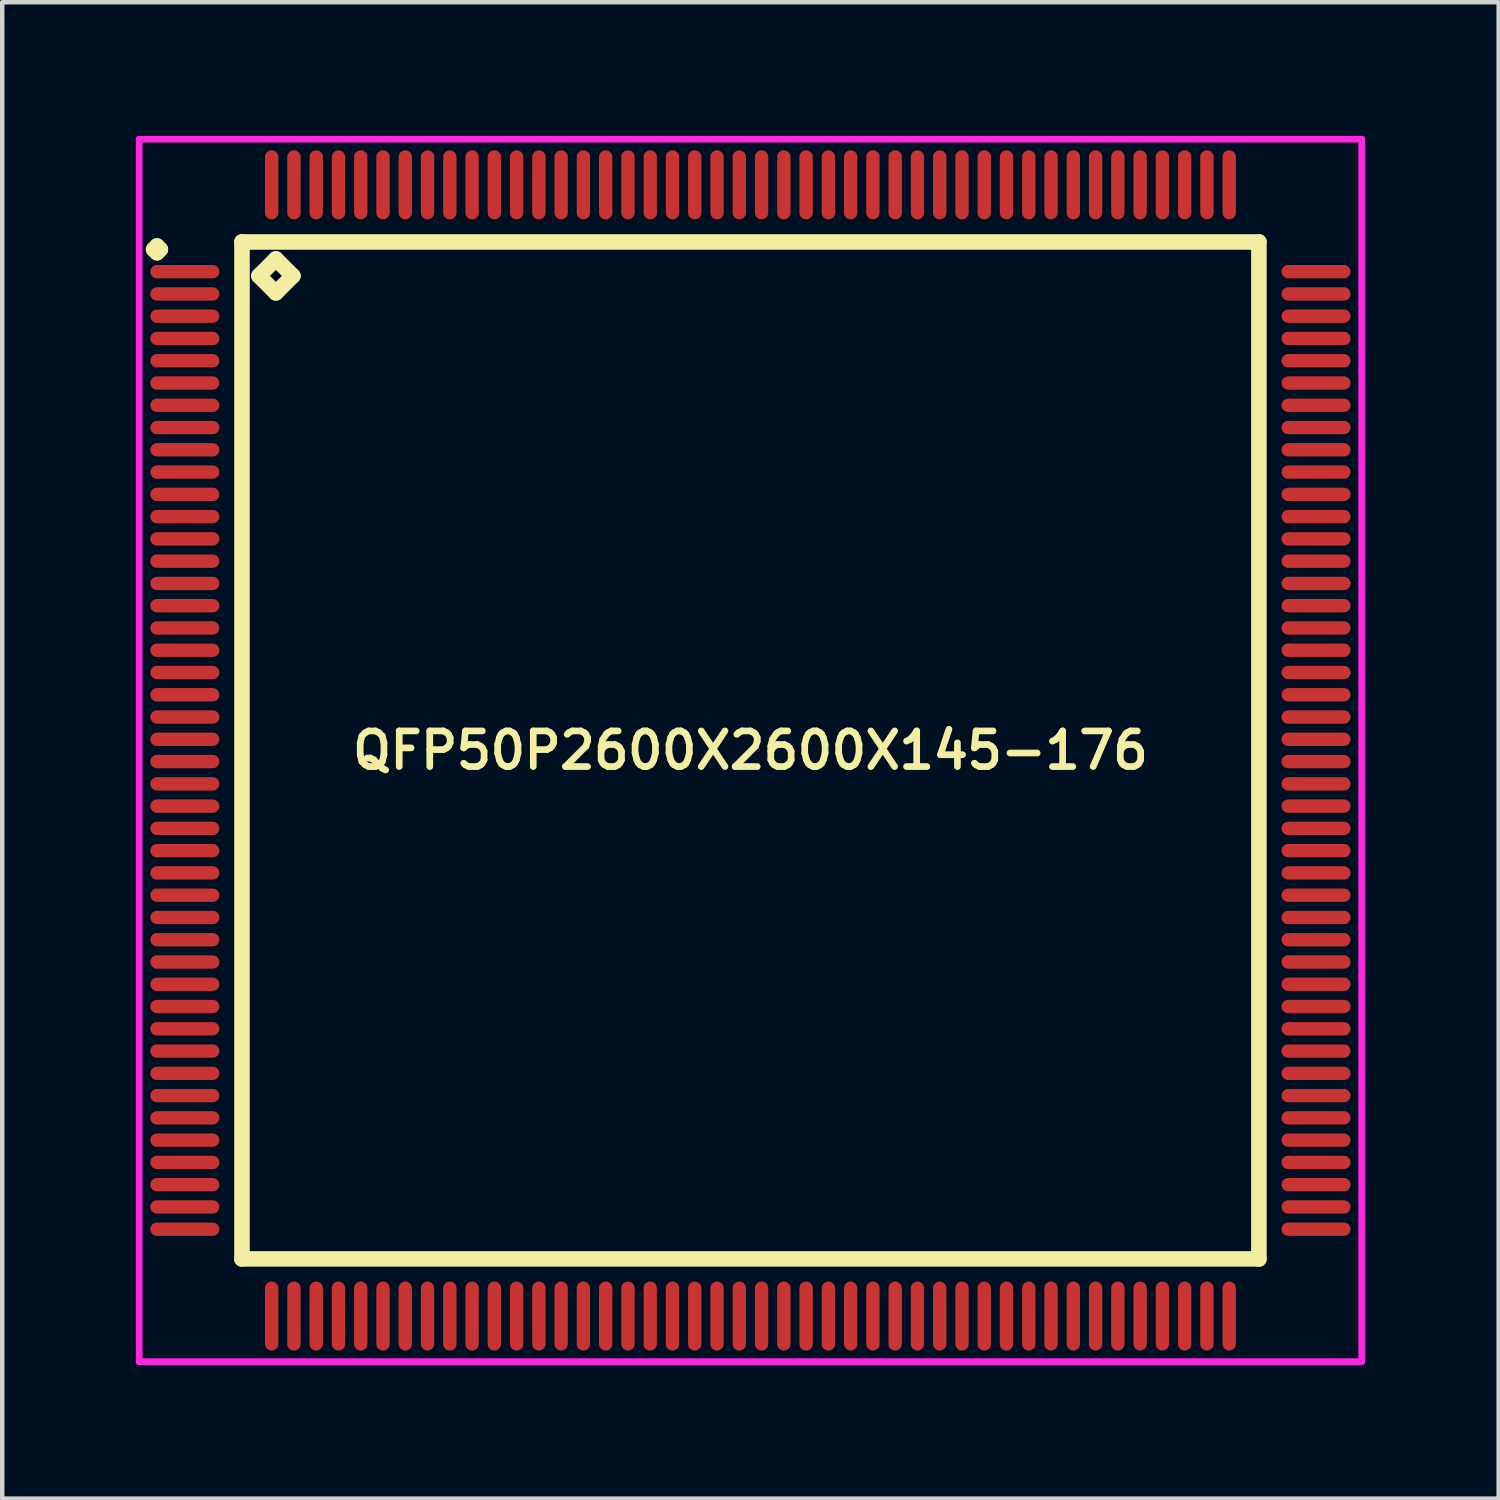
<source format=kicad_pcb>
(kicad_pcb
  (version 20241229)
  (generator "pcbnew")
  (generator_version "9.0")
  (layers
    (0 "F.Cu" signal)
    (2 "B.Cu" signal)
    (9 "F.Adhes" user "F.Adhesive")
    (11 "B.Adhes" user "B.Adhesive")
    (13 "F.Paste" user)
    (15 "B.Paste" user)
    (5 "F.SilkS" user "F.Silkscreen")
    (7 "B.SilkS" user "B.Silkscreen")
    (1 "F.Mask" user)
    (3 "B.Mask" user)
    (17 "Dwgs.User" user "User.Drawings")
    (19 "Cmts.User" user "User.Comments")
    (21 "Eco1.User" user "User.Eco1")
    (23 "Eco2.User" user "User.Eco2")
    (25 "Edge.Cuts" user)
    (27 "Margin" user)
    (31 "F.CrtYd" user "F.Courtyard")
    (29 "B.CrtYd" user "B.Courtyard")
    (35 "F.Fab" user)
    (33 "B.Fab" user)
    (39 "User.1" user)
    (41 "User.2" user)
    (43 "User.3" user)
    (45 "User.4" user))
  (footprint "QFP50P2600X2600X145-176"
    (layer "F.Cu")
    (at 13.8 13.8)
    (property "Reference" "QFP50P2600X2600X145-176" (at 0 0 0) (layer "F.SilkS") (effects (font (size 0.8 0.8) (thickness 0.15))))
    (attr smd)
    (fp_line (start -13.4 -11.25) (end -13.325 -11.325) (stroke (width 0.35) (type solid)) (layer "F.SilkS"))
    (fp_line (start -13.325 -11.325) (end -13.25 -11.25) (stroke (width 0.35) (type solid)) (layer "F.SilkS"))
    (fp_line (start -13.325 -11.175) (end -13.4 -11.25) (stroke (width 0.35) (type solid)) (layer "F.SilkS"))
    (fp_line (start -13.25 -11.25) (end -13.325 -11.175) (stroke (width 0.35) (type solid)) (layer "F.SilkS"))
    (fp_line (start -11.417 -11.417) (end -11.417 11.417) (stroke (width 0.35) (type solid)) (layer "F.SilkS"))
    (fp_line (start -11.417 11.417) (end 11.417 11.417) (stroke (width 0.35) (type solid)) (layer "F.SilkS"))
    (fp_line (start -11.036 -10.655) (end -10.655 -11.036) (stroke (width 0.35) (type solid)) (layer "F.SilkS"))
    (fp_line (start -10.655 -11.036) (end -10.274 -10.655) (stroke (width 0.35) (type solid)) (layer "F.SilkS"))
    (fp_line (start -10.655 -10.274) (end -11.036 -10.655) (stroke (width 0.35) (type solid)) (layer "F.SilkS"))
    (fp_line (start -10.274 -10.655) (end -10.655 -10.274) (stroke (width 0.35) (type solid)) (layer "F.SilkS"))
    (fp_line (start 11.417 -11.417) (end -11.417 -11.417) (stroke (width 0.35) (type solid)) (layer "F.SilkS"))
    (fp_line (start 11.417 11.417) (end 11.417 -11.417) (stroke (width 0.35) (type solid)) (layer "F.SilkS"))
    (fp_line (start -13.725 -13.725) (end 13.725 -13.725) (stroke (width 0.15) (type solid)) (layer "F.CrtYd"))
    (fp_line (start -13.725 13.725) (end -13.725 -13.725) (stroke (width 0.15) (type solid)) (layer "F.CrtYd"))
    (fp_line (start 13.725 -13.725) (end 13.725 13.725) (stroke (width 0.15) (type solid)) (layer "F.CrtYd"))
    (fp_line (start 13.725 13.725) (end -13.725 13.725) (stroke (width 0.15) (type solid)) (layer "F.CrtYd"))
    (pad "1" smd oval (at -12.7 -10.75) (size 1.55 0.3) (layers "F.Cu" "F.Mask" "F.Paste"))
    (pad "2" smd oval (at -12.7 -10.25) (size 1.55 0.3) (layers "F.Cu" "F.Mask" "F.Paste"))
    (pad "3" smd oval (at -12.7 -9.75) (size 1.55 0.3) (layers "F.Cu" "F.Mask" "F.Paste"))
    (pad "4" smd oval (at -12.7 -9.25) (size 1.55 0.3) (layers "F.Cu" "F.Mask" "F.Paste"))
    (pad "5" smd oval (at -12.7 -8.75) (size 1.55 0.3) (layers "F.Cu" "F.Mask" "F.Paste"))
    (pad "6" smd oval (at -12.7 -8.25) (size 1.55 0.3) (layers "F.Cu" "F.Mask" "F.Paste"))
    (pad "7" smd oval (at -12.7 -7.75) (size 1.55 0.3) (layers "F.Cu" "F.Mask" "F.Paste"))
    (pad "8" smd oval (at -12.7 -7.25) (size 1.55 0.3) (layers "F.Cu" "F.Mask" "F.Paste"))
    (pad "9" smd oval (at -12.7 -6.75) (size 1.55 0.3) (layers "F.Cu" "F.Mask" "F.Paste"))
    (pad "10" smd oval (at -12.7 -6.25) (size 1.55 0.3) (layers "F.Cu" "F.Mask" "F.Paste"))
    (pad "11" smd oval (at -12.7 -5.75) (size 1.55 0.3) (layers "F.Cu" "F.Mask" "F.Paste"))
    (pad "12" smd oval (at -12.7 -5.25) (size 1.55 0.3) (layers "F.Cu" "F.Mask" "F.Paste"))
    (pad "13" smd oval (at -12.7 -4.75) (size 1.55 0.3) (layers "F.Cu" "F.Mask" "F.Paste"))
    (pad "14" smd oval (at -12.7 -4.25) (size 1.55 0.3) (layers "F.Cu" "F.Mask" "F.Paste"))
    (pad "15" smd oval (at -12.7 -3.75) (size 1.55 0.3) (layers "F.Cu" "F.Mask" "F.Paste"))
    (pad "16" smd oval (at -12.7 -3.25) (size 1.55 0.3) (layers "F.Cu" "F.Mask" "F.Paste"))
    (pad "17" smd oval (at -12.7 -2.75) (size 1.55 0.3) (layers "F.Cu" "F.Mask" "F.Paste"))
    (pad "18" smd oval (at -12.7 -2.25) (size 1.55 0.3) (layers "F.Cu" "F.Mask" "F.Paste"))
    (pad "19" smd oval (at -12.7 -1.75) (size 1.55 0.3) (layers "F.Cu" "F.Mask" "F.Paste"))
    (pad "20" smd oval (at -12.7 -1.25) (size 1.55 0.3) (layers "F.Cu" "F.Mask" "F.Paste"))
    (pad "21" smd oval (at -12.7 -0.75) (size 1.55 0.3) (layers "F.Cu" "F.Mask" "F.Paste"))
    (pad "22" smd oval (at -12.7 -0.25) (size 1.55 0.3) (layers "F.Cu" "F.Mask" "F.Paste"))
    (pad "23" smd oval (at -12.7 0.25) (size 1.55 0.3) (layers "F.Cu" "F.Mask" "F.Paste"))
    (pad "24" smd oval (at -12.7 0.75) (size 1.55 0.3) (layers "F.Cu" "F.Mask" "F.Paste"))
    (pad "25" smd oval (at -12.7 1.25) (size 1.55 0.3) (layers "F.Cu" "F.Mask" "F.Paste"))
    (pad "26" smd oval (at -12.7 1.75) (size 1.55 0.3) (layers "F.Cu" "F.Mask" "F.Paste"))
    (pad "27" smd oval (at -12.7 2.25) (size 1.55 0.3) (layers "F.Cu" "F.Mask" "F.Paste"))
    (pad "28" smd oval (at -12.7 2.75) (size 1.55 0.3) (layers "F.Cu" "F.Mask" "F.Paste"))
    (pad "29" smd oval (at -12.7 3.25) (size 1.55 0.3) (layers "F.Cu" "F.Mask" "F.Paste"))
    (pad "30" smd oval (at -12.7 3.75) (size 1.55 0.3) (layers "F.Cu" "F.Mask" "F.Paste"))
    (pad "31" smd oval (at -12.7 4.25) (size 1.55 0.3) (layers "F.Cu" "F.Mask" "F.Paste"))
    (pad "32" smd oval (at -12.7 4.75) (size 1.55 0.3) (layers "F.Cu" "F.Mask" "F.Paste"))
    (pad "33" smd oval (at -12.7 5.25) (size 1.55 0.3) (layers "F.Cu" "F.Mask" "F.Paste"))
    (pad "34" smd oval (at -12.7 5.75) (size 1.55 0.3) (layers "F.Cu" "F.Mask" "F.Paste"))
    (pad "35" smd oval (at -12.7 6.25) (size 1.55 0.3) (layers "F.Cu" "F.Mask" "F.Paste"))
    (pad "36" smd oval (at -12.7 6.75) (size 1.55 0.3) (layers "F.Cu" "F.Mask" "F.Paste"))
    (pad "37" smd oval (at -12.7 7.25) (size 1.55 0.3) (layers "F.Cu" "F.Mask" "F.Paste"))
    (pad "38" smd oval (at -12.7 7.75) (size 1.55 0.3) (layers "F.Cu" "F.Mask" "F.Paste"))
    (pad "39" smd oval (at -12.7 8.25) (size 1.55 0.3) (layers "F.Cu" "F.Mask" "F.Paste"))
    (pad "40" smd oval (at -12.7 8.75) (size 1.55 0.3) (layers "F.Cu" "F.Mask" "F.Paste"))
    (pad "41" smd oval (at -12.7 9.25) (size 1.55 0.3) (layers "F.Cu" "F.Mask" "F.Paste"))
    (pad "42" smd oval (at -12.7 9.75) (size 1.55 0.3) (layers "F.Cu" "F.Mask" "F.Paste"))
    (pad "43" smd oval (at -12.7 10.25) (size 1.55 0.3) (layers "F.Cu" "F.Mask" "F.Paste"))
    (pad "44" smd oval (at -12.7 10.75) (size 1.55 0.3) (layers "F.Cu" "F.Mask" "F.Paste"))
    (pad "45" smd oval (at -10.75 12.7) (size 0.3 1.55) (layers "F.Cu" "F.Mask" "F.Paste"))
    (pad "46" smd oval (at -10.25 12.7) (size 0.3 1.55) (layers "F.Cu" "F.Mask" "F.Paste"))
    (pad "47" smd oval (at -9.75 12.7) (size 0.3 1.55) (layers "F.Cu" "F.Mask" "F.Paste"))
    (pad "48" smd oval (at -9.25 12.7) (size 0.3 1.55) (layers "F.Cu" "F.Mask" "F.Paste"))
    (pad "49" smd oval (at -8.75 12.7) (size 0.3 1.55) (layers "F.Cu" "F.Mask" "F.Paste"))
    (pad "50" smd oval (at -8.25 12.7) (size 0.3 1.55) (layers "F.Cu" "F.Mask" "F.Paste"))
    (pad "51" smd oval (at -7.75 12.7) (size 0.3 1.55) (layers "F.Cu" "F.Mask" "F.Paste"))
    (pad "52" smd oval (at -7.25 12.7) (size 0.3 1.55) (layers "F.Cu" "F.Mask" "F.Paste"))
    (pad "53" smd oval (at -6.75 12.7) (size 0.3 1.55) (layers "F.Cu" "F.Mask" "F.Paste"))
    (pad "54" smd oval (at -6.25 12.7) (size 0.3 1.55) (layers "F.Cu" "F.Mask" "F.Paste"))
    (pad "55" smd oval (at -5.75 12.7) (size 0.3 1.55) (layers "F.Cu" "F.Mask" "F.Paste"))
    (pad "56" smd oval (at -5.25 12.7) (size 0.3 1.55) (layers "F.Cu" "F.Mask" "F.Paste"))
    (pad "57" smd oval (at -4.75 12.7) (size 0.3 1.55) (layers "F.Cu" "F.Mask" "F.Paste"))
    (pad "58" smd oval (at -4.25 12.7) (size 0.3 1.55) (layers "F.Cu" "F.Mask" "F.Paste"))
    (pad "59" smd oval (at -3.75 12.7) (size 0.3 1.55) (layers "F.Cu" "F.Mask" "F.Paste"))
    (pad "60" smd oval (at -3.25 12.7) (size 0.3 1.55) (layers "F.Cu" "F.Mask" "F.Paste"))
    (pad "61" smd oval (at -2.75 12.7) (size 0.3 1.55) (layers "F.Cu" "F.Mask" "F.Paste"))
    (pad "62" smd oval (at -2.25 12.7) (size 0.3 1.55) (layers "F.Cu" "F.Mask" "F.Paste"))
    (pad "63" smd oval (at -1.75 12.7) (size 0.3 1.55) (layers "F.Cu" "F.Mask" "F.Paste"))
    (pad "64" smd oval (at -1.25 12.7) (size 0.3 1.55) (layers "F.Cu" "F.Mask" "F.Paste"))
    (pad "65" smd oval (at -0.75 12.7) (size 0.3 1.55) (layers "F.Cu" "F.Mask" "F.Paste"))
    (pad "66" smd oval (at -0.25 12.7) (size 0.3 1.55) (layers "F.Cu" "F.Mask" "F.Paste"))
    (pad "67" smd oval (at 0.25 12.7) (size 0.3 1.55) (layers "F.Cu" "F.Mask" "F.Paste"))
    (pad "68" smd oval (at 0.75 12.7) (size 0.3 1.55) (layers "F.Cu" "F.Mask" "F.Paste"))
    (pad "69" smd oval (at 1.25 12.7) (size 0.3 1.55) (layers "F.Cu" "F.Mask" "F.Paste"))
    (pad "70" smd oval (at 1.75 12.7) (size 0.3 1.55) (layers "F.Cu" "F.Mask" "F.Paste"))
    (pad "71" smd oval (at 2.25 12.7) (size 0.3 1.55) (layers "F.Cu" "F.Mask" "F.Paste"))
    (pad "72" smd oval (at 2.75 12.7) (size 0.3 1.55) (layers "F.Cu" "F.Mask" "F.Paste"))
    (pad "73" smd oval (at 3.25 12.7) (size 0.3 1.55) (layers "F.Cu" "F.Mask" "F.Paste"))
    (pad "74" smd oval (at 3.75 12.7) (size 0.3 1.55) (layers "F.Cu" "F.Mask" "F.Paste"))
    (pad "75" smd oval (at 4.25 12.7) (size 0.3 1.55) (layers "F.Cu" "F.Mask" "F.Paste"))
    (pad "76" smd oval (at 4.75 12.7) (size 0.3 1.55) (layers "F.Cu" "F.Mask" "F.Paste"))
    (pad "77" smd oval (at 5.25 12.7) (size 0.3 1.55) (layers "F.Cu" "F.Mask" "F.Paste"))
    (pad "78" smd oval (at 5.75 12.7) (size 0.3 1.55) (layers "F.Cu" "F.Mask" "F.Paste"))
    (pad "79" smd oval (at 6.25 12.7) (size 0.3 1.55) (layers "F.Cu" "F.Mask" "F.Paste"))
    (pad "80" smd oval (at 6.75 12.7) (size 0.3 1.55) (layers "F.Cu" "F.Mask" "F.Paste"))
    (pad "81" smd oval (at 7.25 12.7) (size 0.3 1.55) (layers "F.Cu" "F.Mask" "F.Paste"))
    (pad "82" smd oval (at 7.75 12.7) (size 0.3 1.55) (layers "F.Cu" "F.Mask" "F.Paste"))
    (pad "83" smd oval (at 8.25 12.7) (size 0.3 1.55) (layers "F.Cu" "F.Mask" "F.Paste"))
    (pad "84" smd oval (at 8.75 12.7) (size 0.3 1.55) (layers "F.Cu" "F.Mask" "F.Paste"))
    (pad "85" smd oval (at 9.25 12.7) (size 0.3 1.55) (layers "F.Cu" "F.Mask" "F.Paste"))
    (pad "86" smd oval (at 9.75 12.7) (size 0.3 1.55) (layers "F.Cu" "F.Mask" "F.Paste"))
    (pad "87" smd oval (at 10.25 12.7) (size 0.3 1.55) (layers "F.Cu" "F.Mask" "F.Paste"))
    (pad "88" smd oval (at 10.75 12.7) (size 0.3 1.55) (layers "F.Cu" "F.Mask" "F.Paste"))
    (pad "89" smd oval (at 12.7 10.75) (size 1.55 0.3) (layers "F.Cu" "F.Mask" "F.Paste"))
    (pad "90" smd oval (at 12.7 10.25) (size 1.55 0.3) (layers "F.Cu" "F.Mask" "F.Paste"))
    (pad "91" smd oval (at 12.7 9.75) (size 1.55 0.3) (layers "F.Cu" "F.Mask" "F.Paste"))
    (pad "92" smd oval (at 12.7 9.25) (size 1.55 0.3) (layers "F.Cu" "F.Mask" "F.Paste"))
    (pad "93" smd oval (at 12.7 8.75) (size 1.55 0.3) (layers "F.Cu" "F.Mask" "F.Paste"))
    (pad "94" smd oval (at 12.7 8.25) (size 1.55 0.3) (layers "F.Cu" "F.Mask" "F.Paste"))
    (pad "95" smd oval (at 12.7 7.75) (size 1.55 0.3) (layers "F.Cu" "F.Mask" "F.Paste"))
    (pad "96" smd oval (at 12.7 7.25) (size 1.55 0.3) (layers "F.Cu" "F.Mask" "F.Paste"))
    (pad "97" smd oval (at 12.7 6.75) (size 1.55 0.3) (layers "F.Cu" "F.Mask" "F.Paste"))
    (pad "98" smd oval (at 12.7 6.25) (size 1.55 0.3) (layers "F.Cu" "F.Mask" "F.Paste"))
    (pad "99" smd oval (at 12.7 5.75) (size 1.55 0.3) (layers "F.Cu" "F.Mask" "F.Paste"))
    (pad "100" smd oval (at 12.7 5.25) (size 1.55 0.3) (layers "F.Cu" "F.Mask" "F.Paste"))
    (pad "101" smd oval (at 12.7 4.75) (size 1.55 0.3) (layers "F.Cu" "F.Mask" "F.Paste"))
    (pad "102" smd oval (at 12.7 4.25) (size 1.55 0.3) (layers "F.Cu" "F.Mask" "F.Paste"))
    (pad "103" smd oval (at 12.7 3.75) (size 1.55 0.3) (layers "F.Cu" "F.Mask" "F.Paste"))
    (pad "104" smd oval (at 12.7 3.25) (size 1.55 0.3) (layers "F.Cu" "F.Mask" "F.Paste"))
    (pad "105" smd oval (at 12.7 2.75) (size 1.55 0.3) (layers "F.Cu" "F.Mask" "F.Paste"))
    (pad "106" smd oval (at 12.7 2.25) (size 1.55 0.3) (layers "F.Cu" "F.Mask" "F.Paste"))
    (pad "107" smd oval (at 12.7 1.75) (size 1.55 0.3) (layers "F.Cu" "F.Mask" "F.Paste"))
    (pad "108" smd oval (at 12.7 1.25) (size 1.55 0.3) (layers "F.Cu" "F.Mask" "F.Paste"))
    (pad "109" smd oval (at 12.7 0.75) (size 1.55 0.3) (layers "F.Cu" "F.Mask" "F.Paste"))
    (pad "110" smd oval (at 12.7 0.25) (size 1.55 0.3) (layers "F.Cu" "F.Mask" "F.Paste"))
    (pad "111" smd oval (at 12.7 -0.25) (size 1.55 0.3) (layers "F.Cu" "F.Mask" "F.Paste"))
    (pad "112" smd oval (at 12.7 -0.75) (size 1.55 0.3) (layers "F.Cu" "F.Mask" "F.Paste"))
    (pad "113" smd oval (at 12.7 -1.25) (size 1.55 0.3) (layers "F.Cu" "F.Mask" "F.Paste"))
    (pad "114" smd oval (at 12.7 -1.75) (size 1.55 0.3) (layers "F.Cu" "F.Mask" "F.Paste"))
    (pad "115" smd oval (at 12.7 -2.25) (size 1.55 0.3) (layers "F.Cu" "F.Mask" "F.Paste"))
    (pad "116" smd oval (at 12.7 -2.75) (size 1.55 0.3) (layers "F.Cu" "F.Mask" "F.Paste"))
    (pad "117" smd oval (at 12.7 -3.25) (size 1.55 0.3) (layers "F.Cu" "F.Mask" "F.Paste"))
    (pad "118" smd oval (at 12.7 -3.75) (size 1.55 0.3) (layers "F.Cu" "F.Mask" "F.Paste"))
    (pad "119" smd oval (at 12.7 -4.25) (size 1.55 0.3) (layers "F.Cu" "F.Mask" "F.Paste"))
    (pad "120" smd oval (at 12.7 -4.75) (size 1.55 0.3) (layers "F.Cu" "F.Mask" "F.Paste"))
    (pad "121" smd oval (at 12.7 -5.25) (size 1.55 0.3) (layers "F.Cu" "F.Mask" "F.Paste"))
    (pad "122" smd oval (at 12.7 -5.75) (size 1.55 0.3) (layers "F.Cu" "F.Mask" "F.Paste"))
    (pad "123" smd oval (at 12.7 -6.25) (size 1.55 0.3) (layers "F.Cu" "F.Mask" "F.Paste"))
    (pad "124" smd oval (at 12.7 -6.75) (size 1.55 0.3) (layers "F.Cu" "F.Mask" "F.Paste"))
    (pad "125" smd oval (at 12.7 -7.25) (size 1.55 0.3) (layers "F.Cu" "F.Mask" "F.Paste"))
    (pad "126" smd oval (at 12.7 -7.75) (size 1.55 0.3) (layers "F.Cu" "F.Mask" "F.Paste"))
    (pad "127" smd oval (at 12.7 -8.25) (size 1.55 0.3) (layers "F.Cu" "F.Mask" "F.Paste"))
    (pad "128" smd oval (at 12.7 -8.75) (size 1.55 0.3) (layers "F.Cu" "F.Mask" "F.Paste"))
    (pad "129" smd oval (at 12.7 -9.25) (size 1.55 0.3) (layers "F.Cu" "F.Mask" "F.Paste"))
    (pad "130" smd oval (at 12.7 -9.75) (size 1.55 0.3) (layers "F.Cu" "F.Mask" "F.Paste"))
    (pad "131" smd oval (at 12.7 -10.25) (size 1.55 0.3) (layers "F.Cu" "F.Mask" "F.Paste"))
    (pad "132" smd oval (at 12.7 -10.75) (size 1.55 0.3) (layers "F.Cu" "F.Mask" "F.Paste"))
    (pad "133" smd oval (at 10.75 -12.7) (size 0.3 1.55) (layers "F.Cu" "F.Mask" "F.Paste"))
    (pad "134" smd oval (at 10.25 -12.7) (size 0.3 1.55) (layers "F.Cu" "F.Mask" "F.Paste"))
    (pad "135" smd oval (at 9.75 -12.7) (size 0.3 1.55) (layers "F.Cu" "F.Mask" "F.Paste"))
    (pad "136" smd oval (at 9.25 -12.7) (size 0.3 1.55) (layers "F.Cu" "F.Mask" "F.Paste"))
    (pad "137" smd oval (at 8.75 -12.7) (size 0.3 1.55) (layers "F.Cu" "F.Mask" "F.Paste"))
    (pad "138" smd oval (at 8.25 -12.7) (size 0.3 1.55) (layers "F.Cu" "F.Mask" "F.Paste"))
    (pad "139" smd oval (at 7.75 -12.7) (size 0.3 1.55) (layers "F.Cu" "F.Mask" "F.Paste"))
    (pad "140" smd oval (at 7.25 -12.7) (size 0.3 1.55) (layers "F.Cu" "F.Mask" "F.Paste"))
    (pad "141" smd oval (at 6.75 -12.7) (size 0.3 1.55) (layers "F.Cu" "F.Mask" "F.Paste"))
    (pad "142" smd oval (at 6.25 -12.7) (size 0.3 1.55) (layers "F.Cu" "F.Mask" "F.Paste"))
    (pad "143" smd oval (at 5.75 -12.7) (size 0.3 1.55) (layers "F.Cu" "F.Mask" "F.Paste"))
    (pad "144" smd oval (at 5.25 -12.7) (size 0.3 1.55) (layers "F.Cu" "F.Mask" "F.Paste"))
    (pad "145" smd oval (at 4.75 -12.7) (size 0.3 1.55) (layers "F.Cu" "F.Mask" "F.Paste"))
    (pad "146" smd oval (at 4.25 -12.7) (size 0.3 1.55) (layers "F.Cu" "F.Mask" "F.Paste"))
    (pad "147" smd oval (at 3.75 -12.7) (size 0.3 1.55) (layers "F.Cu" "F.Mask" "F.Paste"))
    (pad "148" smd oval (at 3.25 -12.7) (size 0.3 1.55) (layers "F.Cu" "F.Mask" "F.Paste"))
    (pad "149" smd oval (at 2.75 -12.7) (size 0.3 1.55) (layers "F.Cu" "F.Mask" "F.Paste"))
    (pad "150" smd oval (at 2.25 -12.7) (size 0.3 1.55) (layers "F.Cu" "F.Mask" "F.Paste"))
    (pad "151" smd oval (at 1.75 -12.7) (size 0.3 1.55) (layers "F.Cu" "F.Mask" "F.Paste"))
    (pad "152" smd oval (at 1.25 -12.7) (size 0.3 1.55) (layers "F.Cu" "F.Mask" "F.Paste"))
    (pad "153" smd oval (at 0.75 -12.7) (size 0.3 1.55) (layers "F.Cu" "F.Mask" "F.Paste"))
    (pad "154" smd oval (at 0.25 -12.7) (size 0.3 1.55) (layers "F.Cu" "F.Mask" "F.Paste"))
    (pad "155" smd oval (at -0.25 -12.7) (size 0.3 1.55) (layers "F.Cu" "F.Mask" "F.Paste"))
    (pad "156" smd oval (at -0.75 -12.7) (size 0.3 1.55) (layers "F.Cu" "F.Mask" "F.Paste"))
    (pad "157" smd oval (at -1.25 -12.7) (size 0.3 1.55) (layers "F.Cu" "F.Mask" "F.Paste"))
    (pad "158" smd oval (at -1.75 -12.7) (size 0.3 1.55) (layers "F.Cu" "F.Mask" "F.Paste"))
    (pad "159" smd oval (at -2.25 -12.7) (size 0.3 1.55) (layers "F.Cu" "F.Mask" "F.Paste"))
    (pad "160" smd oval (at -2.75 -12.7) (size 0.3 1.55) (layers "F.Cu" "F.Mask" "F.Paste"))
    (pad "161" smd oval (at -3.25 -12.7) (size 0.3 1.55) (layers "F.Cu" "F.Mask" "F.Paste"))
    (pad "162" smd oval (at -3.75 -12.7) (size 0.3 1.55) (layers "F.Cu" "F.Mask" "F.Paste"))
    (pad "163" smd oval (at -4.25 -12.7) (size 0.3 1.55) (layers "F.Cu" "F.Mask" "F.Paste"))
    (pad "164" smd oval (at -4.75 -12.7) (size 0.3 1.55) (layers "F.Cu" "F.Mask" "F.Paste"))
    (pad "165" smd oval (at -5.25 -12.7) (size 0.3 1.55) (layers "F.Cu" "F.Mask" "F.Paste"))
    (pad "166" smd oval (at -5.75 -12.7) (size 0.3 1.55) (layers "F.Cu" "F.Mask" "F.Paste"))
    (pad "167" smd oval (at -6.25 -12.7) (size 0.3 1.55) (layers "F.Cu" "F.Mask" "F.Paste"))
    (pad "168" smd oval (at -6.75 -12.7) (size 0.3 1.55) (layers "F.Cu" "F.Mask" "F.Paste"))
    (pad "169" smd oval (at -7.25 -12.7) (size 0.3 1.55) (layers "F.Cu" "F.Mask" "F.Paste"))
    (pad "170" smd oval (at -7.75 -12.7) (size 0.3 1.55) (layers "F.Cu" "F.Mask" "F.Paste"))
    (pad "171" smd oval (at -8.25 -12.7) (size 0.3 1.55) (layers "F.Cu" "F.Mask" "F.Paste"))
    (pad "172" smd oval (at -8.75 -12.7) (size 0.3 1.55) (layers "F.Cu" "F.Mask" "F.Paste"))
    (pad "173" smd oval (at -9.25 -12.7) (size 0.3 1.55) (layers "F.Cu" "F.Mask" "F.Paste"))
    (pad "174" smd oval (at -9.75 -12.7) (size 0.3 1.55) (layers "F.Cu" "F.Mask" "F.Paste"))
    (pad "175" smd oval (at -10.25 -12.7) (size 0.3 1.55) (layers "F.Cu" "F.Mask" "F.Paste"))
    (pad "176" smd oval (at -10.75 -12.7) (size 0.3 1.55) (layers "F.Cu" "F.Mask" "F.Paste")))
  (gr_rect
    (start -3 -3)
    (end 30.6 30.6)
    (stroke (width 0.1) (type default))
    (fill no)
    (layer "Edge.Cuts")))
</source>
